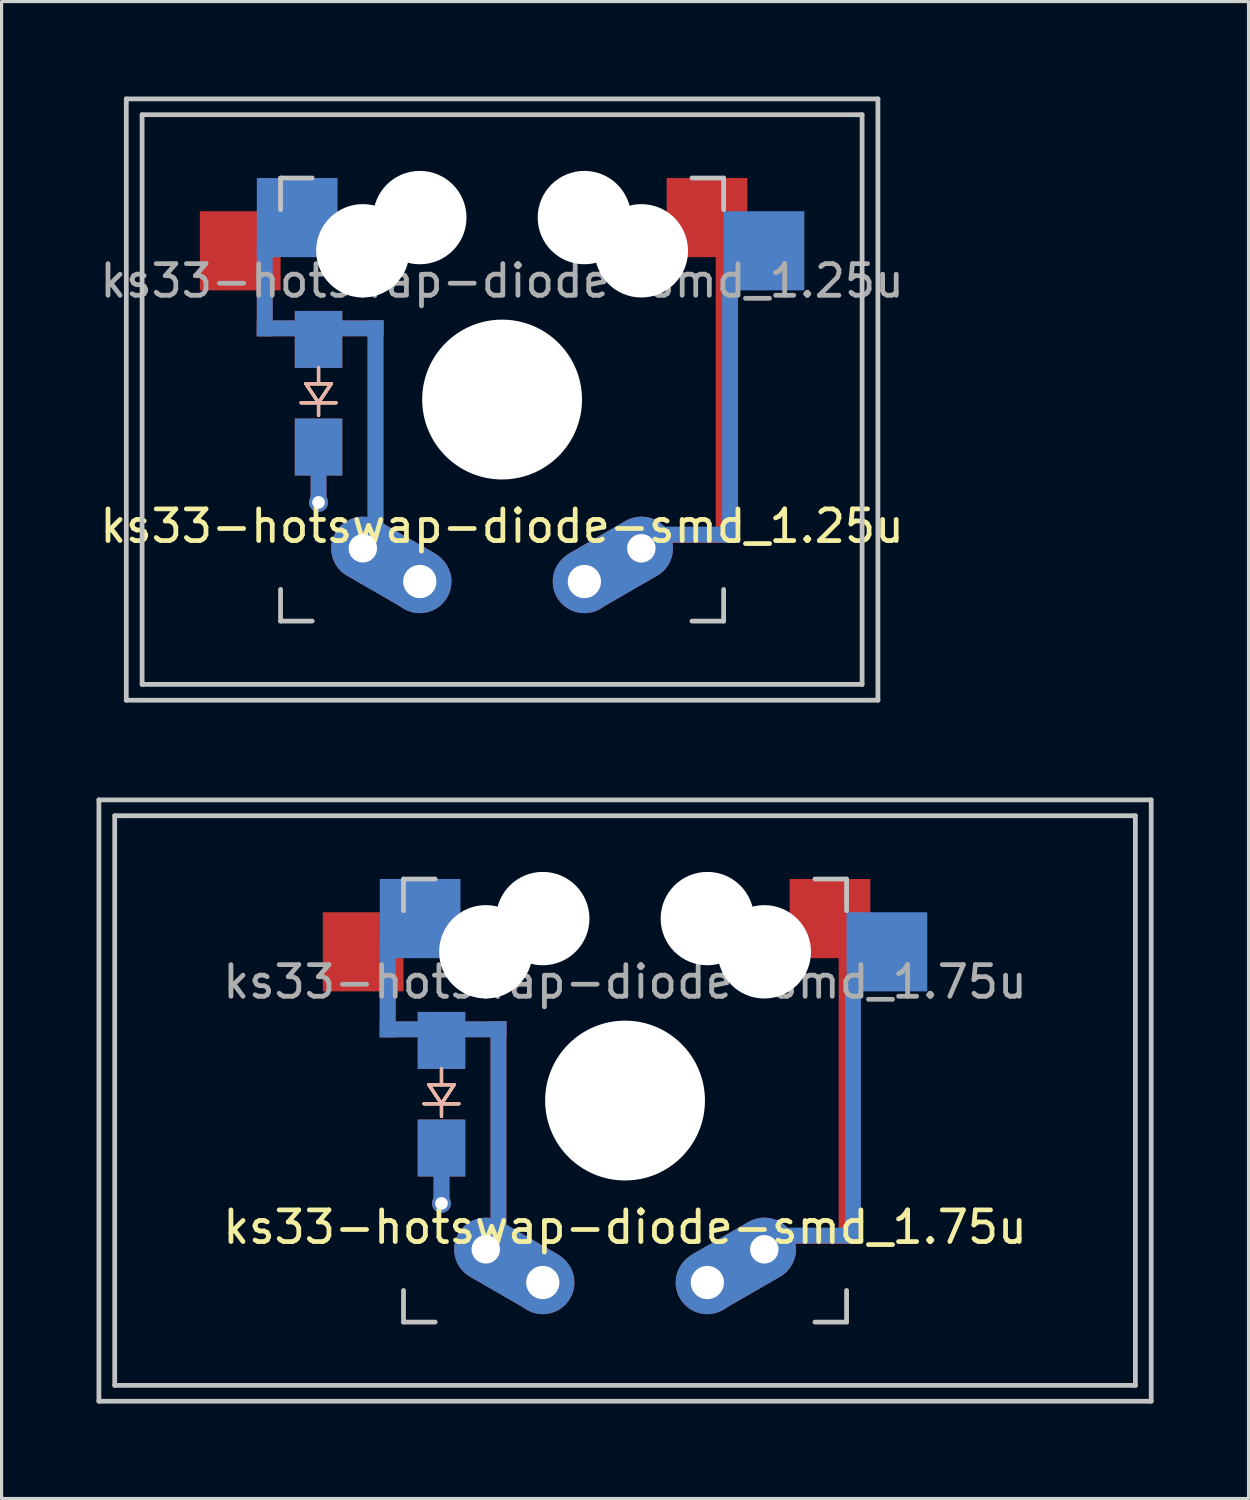
<source format=kicad_pcb>
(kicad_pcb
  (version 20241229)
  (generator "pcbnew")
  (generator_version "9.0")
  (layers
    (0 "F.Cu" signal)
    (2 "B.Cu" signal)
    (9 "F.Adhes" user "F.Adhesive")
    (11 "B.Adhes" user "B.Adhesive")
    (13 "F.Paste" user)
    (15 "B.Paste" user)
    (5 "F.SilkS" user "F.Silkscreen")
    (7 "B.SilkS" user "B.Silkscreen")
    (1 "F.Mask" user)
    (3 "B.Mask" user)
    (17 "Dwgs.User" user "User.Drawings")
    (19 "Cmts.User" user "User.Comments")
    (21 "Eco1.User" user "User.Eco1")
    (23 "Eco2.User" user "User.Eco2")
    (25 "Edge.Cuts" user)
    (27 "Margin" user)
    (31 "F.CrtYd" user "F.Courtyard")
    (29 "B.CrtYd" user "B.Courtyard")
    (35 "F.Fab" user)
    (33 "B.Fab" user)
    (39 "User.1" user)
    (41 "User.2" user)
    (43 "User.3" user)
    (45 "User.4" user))
  (footprint "ks33-hotswap-diode-smd_1.25u"
    (layer "F.Cu")
    (at 12.815 9.575)
    (property "Reference" "ks33-hotswap-diode-smd_1.25u" (at 0 4 0) (unlocked yes) (layer "F.SilkS") (effects (font (size 1 1) (thickness 0.15))))
    (attr smd)
    (fp_line (start -6.2 -0.5) (end -5.8 0.1) (stroke (width 0.1) (type solid)) (layer "F.SilkS"))
    (fp_line (start -6.2 -0.5) (end -5.8 0.1) (stroke (width 0.1) (type solid)) (layer "F.SilkS"))
    (fp_line (start -5.8 -0.5) (end -5.8 -1) (stroke (width 0.1) (type solid)) (layer "F.SilkS"))
    (fp_line (start -5.8 -0.5) (end -5.8 -1) (stroke (width 0.1) (type solid)) (layer "F.SilkS"))
    (fp_line (start -5.8 0.1) (end -6.35 0.1) (stroke (width 0.1) (type solid)) (layer "F.SilkS"))
    (fp_line (start -5.8 0.1) (end -6.35 0.1) (stroke (width 0.1) (type solid)) (layer "F.SilkS"))
    (fp_line (start -5.8 0.1) (end -5.4 -0.5) (stroke (width 0.1) (type solid)) (layer "F.SilkS"))
    (fp_line (start -5.8 0.1) (end -5.4 -0.5) (stroke (width 0.1) (type solid)) (layer "F.SilkS"))
    (fp_line (start -5.8 0.1) (end -5.25 0.1) (stroke (width 0.1) (type solid)) (layer "F.SilkS"))
    (fp_line (start -5.8 0.1) (end -5.25 0.1) (stroke (width 0.1) (type solid)) (layer "F.SilkS"))
    (fp_line (start -5.8 0.5) (end -5.8 0.1) (stroke (width 0.1) (type solid)) (layer "F.SilkS"))
    (fp_line (start -5.8 0.5) (end -5.8 0.1) (stroke (width 0.1) (type solid)) (layer "F.SilkS"))
    (fp_line (start -5.4 -0.5) (end -6.2 -0.5) (stroke (width 0.1) (type solid)) (layer "F.SilkS"))
    (fp_line (start -5.4 -0.5) (end -6.2 -0.5) (stroke (width 0.1) (type solid)) (layer "F.SilkS"))
    (fp_line (start -6.2 -0.5) (end -5.4 -0.5) (stroke (width 0.1) (type solid)) (layer "B.SilkS"))
    (fp_line (start -6.2 -0.5) (end -5.4 -0.5) (stroke (width 0.1) (type solid)) (layer "B.SilkS"))
    (fp_line (start -5.8 -0.5) (end -5.8 -1) (stroke (width 0.1) (type solid)) (layer "B.SilkS"))
    (fp_line (start -5.8 -0.5) (end -5.8 -1) (stroke (width 0.1) (type solid)) (layer "B.SilkS"))
    (fp_line (start -5.8 0.1) (end -6.35 0.1) (stroke (width 0.1) (type solid)) (layer "B.SilkS"))
    (fp_line (start -5.8 0.1) (end -6.35 0.1) (stroke (width 0.1) (type solid)) (layer "B.SilkS"))
    (fp_line (start -5.8 0.1) (end -6.2 -0.5) (stroke (width 0.1) (type solid)) (layer "B.SilkS"))
    (fp_line (start -5.8 0.1) (end -6.2 -0.5) (stroke (width 0.1) (type solid)) (layer "B.SilkS"))
    (fp_line (start -5.8 0.1) (end -5.25 0.1) (stroke (width 0.1) (type solid)) (layer "B.SilkS"))
    (fp_line (start -5.8 0.1) (end -5.25 0.1) (stroke (width 0.1) (type solid)) (layer "B.SilkS"))
    (fp_line (start -5.8 0.5) (end -5.8 0.1) (stroke (width 0.1) (type solid)) (layer "B.SilkS"))
    (fp_line (start -5.8 0.5) (end -5.8 0.1) (stroke (width 0.1) (type solid)) (layer "B.SilkS"))
    (fp_line (start -5.4 -0.5) (end -5.8 0.1) (stroke (width 0.1) (type solid)) (layer "B.SilkS"))
    (fp_line (start -5.4 -0.5) (end -5.8 0.1) (stroke (width 0.1) (type solid)) (layer "B.SilkS"))
    (fp_line (start -11.875 -9.5) (end -11.875 9.5) (stroke (width 0.15) (type solid)) (layer "Dwgs.User"))
    (fp_line (start -11.875 9.5) (end 11.875 9.5) (stroke (width 0.15) (type solid)) (layer "Dwgs.User"))
    (fp_line (start -11.375 -9) (end -11.375 9) (stroke (width 0.15) (type solid)) (layer "Dwgs.User"))
    (fp_line (start -11.375 9) (end 11.375 9) (stroke (width 0.15) (type solid)) (layer "Dwgs.User"))
    (fp_line (start -7 -7) (end -6 -7) (stroke (width 0.15) (type solid)) (layer "Dwgs.User"))
    (fp_line (start -7 -6) (end -7 -7) (stroke (width 0.15) (type solid)) (layer "Dwgs.User"))
    (fp_line (start -7 6) (end -7 7) (stroke (width 0.15) (type solid)) (layer "Dwgs.User"))
    (fp_line (start -7 7) (end -6 7) (stroke (width 0.15) (type solid)) (layer "Dwgs.User"))
    (fp_line (start 6 -7) (end 7 -7) (stroke (width 0.15) (type solid)) (layer "Dwgs.User"))
    (fp_line (start 7 -7) (end 7 -6) (stroke (width 0.15) (type solid)) (layer "Dwgs.User"))
    (fp_line (start 7 7) (end 6 7) (stroke (width 0.15) (type solid)) (layer "Dwgs.User"))
    (fp_line (start 7 7) (end 7 6) (stroke (width 0.15) (type solid)) (layer "Dwgs.User"))
    (fp_line (start 11.375 -9) (end -11.375 -9) (stroke (width 0.15) (type solid)) (layer "Dwgs.User"))
    (fp_line (start 11.375 9) (end 11.375 -9) (stroke (width 0.15) (type solid)) (layer "Dwgs.User"))
    (fp_line (start 11.875 -9.5) (end -11.875 -9.5) (stroke (width 0.15) (type solid)) (layer "Dwgs.User"))
    (fp_line (start 11.875 9.5) (end 11.875 -9.5) (stroke (width 0.15) (type solid)) (layer "Dwgs.User"))
    (fp_text user "${REFERENCE}" (at 0 -3.75 0) (unlocked yes) (layer "F.Fab") (effects (font (size 1 1) (thickness 0.15))))
    (pad "" np_thru_hole circle (at -4.4 -4.7 180) (size 2.95 2.95) (drill 2.95) (layers "*.Cu" "*.Mask"))
    (pad "" np_thru_hole circle (at -2.6 -5.75 180) (size 2.95 2.95) (drill 2.95) (layers "*.Cu" "*.Mask"))
    (pad "" np_thru_hole circle (at 0 0 180) (size 5.05 5.05) (drill 5.05) (layers "*.Cu" "*.Mask"))
    (pad "" np_thru_hole circle (at 2.6 -5.75 180) (size 2.95 2.95) (drill 2.95) (layers "*.Cu" "*.Mask"))
    (pad "" np_thru_hole circle (at 4.4 -4.7 180) (size 2.95 2.95) (drill 2.95) (layers "*.Cu" "*.Mask"))
    (pad "1" thru_hole circle (at 2.6 5.75) (size 2 2) (drill 1.05) (layers "*.Cu" "*.Mask"))
    (pad "1" thru_hole oval (at 4.4 4.7 210) (size 4 2) (drill 0.9 (offset 1 0)) (layers "*.Cu" "*.Mask"))
    (pad "1" smd rect (at 6.125 4.281 270) (size 0.5 2.25) (layers "F.Cu"))
    (pad "1" smd rect (at 6.227 4.266 180) (size 2.453 0.5) (layers "B.Cu"))
    (pad "1" smd rect (at 6.475 -5.75) (size 2.55 2.5) (layers "F.Cu" "F.Mask" "F.Paste"))
    (pad "1" smd rect (at 7 -0.209 180) (size 0.5 9.481) (layers "F.Cu"))
    (pad "1" smd rect (at 7.203 0.433 90) (size 8.166 0.5) (layers "B.Cu"))
    (pad "1" smd rect (at 8.275 -4.7) (size 2.55 2.5) (layers "B.Cu" "B.Mask" "B.Paste"))
    (pad "2" smd rect (at -5.8 1.5 270) (size 1.8 1.5) (layers "F.Cu" "F.Mask" "F.Paste"))
    (pad "2" smd rect (at -5.8 1.5 90) (size 1.8 1.5) (layers "B.Cu" "B.Mask" "B.Paste"))
    (pad "2" smd rect (at -5.8 2.75) (size 0.5 0.9) (layers "F.Cu"))
    (pad "2" smd rect (at -5.8 2.75) (size 0.5 0.9) (layers "B.Cu"))
    (pad "2" thru_hole circle (at -5.8 3.25) (size 0.6 0.6) (drill 0.4) (layers "*.Cu" "*.Mask"))
    (pad "3" smd rect (at -8.275 -4.7) (size 2.55 2.5) (layers "F.Cu" "F.Mask" "F.Paste"))
    (pad "3" smd rect (at -7.5 -3.5) (size 0.5 3) (layers "B.Cu"))
    (pad "3" smd rect (at -7.5 -3 180) (size 0.5 2) (layers "F.Cu"))
    (pad "3" smd rect (at -6.475 -5.75) (size 2.55 2.5) (layers "B.Cu" "B.Mask" "B.Paste"))
    (pad "3" smd rect (at -5.8 -1.9 270) (size 1.8 1.5) (layers "F.Cu" "F.Mask" "F.Paste"))
    (pad "3" smd rect (at -5.8 -1.9 90) (size 1.8 1.5) (layers "B.Cu" "B.Mask" "B.Paste"))
    (pad "3" smd rect (at -5.75 -2.25 90) (size 0.5 4) (layers "F.Cu"))
    (pad "3" smd rect (at -5.75 -2.25) (size 4 0.5) (layers "B.Cu"))
    (pad "3" thru_hole oval (at -4.4 4.7 330) (size 4 2) (drill 0.9 (offset 1 0)) (layers "*.Cu" "*.Mask"))
    (pad "3" smd rect (at -4 0.875 180) (size 0.5 6.75) (layers "F.Cu"))
    (pad "3" smd rect (at -4 0.875) (size 0.5 6.75) (layers "B.Cu"))
    (pad "3" thru_hole circle (at -2.6 5.75) (size 2 2) (drill 1.05) (layers "*.Cu" "*.Mask")))
  (footprint "ks33-hotswap-diode-smd_1.75u"
    (layer "F.Cu")
    (at 16.7 31.725)
    (property "Reference" "ks33-hotswap-diode-smd_1.75u" (at 0 4 0) (unlocked yes) (layer "F.SilkS") (effects (font (size 1 1) (thickness 0.15))))
    (attr smd)
    (fp_line (start -6.2 -0.5) (end -5.8 0.1) (stroke (width 0.1) (type solid)) (layer "F.SilkS"))
    (fp_line (start -6.2 -0.5) (end -5.8 0.1) (stroke (width 0.1) (type solid)) (layer "F.SilkS"))
    (fp_line (start -5.8 -0.5) (end -5.8 -1) (stroke (width 0.1) (type solid)) (layer "F.SilkS"))
    (fp_line (start -5.8 -0.5) (end -5.8 -1) (stroke (width 0.1) (type solid)) (layer "F.SilkS"))
    (fp_line (start -5.8 0.1) (end -6.35 0.1) (stroke (width 0.1) (type solid)) (layer "F.SilkS"))
    (fp_line (start -5.8 0.1) (end -6.35 0.1) (stroke (width 0.1) (type solid)) (layer "F.SilkS"))
    (fp_line (start -5.8 0.1) (end -5.4 -0.5) (stroke (width 0.1) (type solid)) (layer "F.SilkS"))
    (fp_line (start -5.8 0.1) (end -5.4 -0.5) (stroke (width 0.1) (type solid)) (layer "F.SilkS"))
    (fp_line (start -5.8 0.1) (end -5.25 0.1) (stroke (width 0.1) (type solid)) (layer "F.SilkS"))
    (fp_line (start -5.8 0.1) (end -5.25 0.1) (stroke (width 0.1) (type solid)) (layer "F.SilkS"))
    (fp_line (start -5.8 0.5) (end -5.8 0.1) (stroke (width 0.1) (type solid)) (layer "F.SilkS"))
    (fp_line (start -5.8 0.5) (end -5.8 0.1) (stroke (width 0.1) (type solid)) (layer "F.SilkS"))
    (fp_line (start -5.4 -0.5) (end -6.2 -0.5) (stroke (width 0.1) (type solid)) (layer "F.SilkS"))
    (fp_line (start -5.4 -0.5) (end -6.2 -0.5) (stroke (width 0.1) (type solid)) (layer "F.SilkS"))
    (fp_line (start -6.2 -0.5) (end -5.4 -0.5) (stroke (width 0.1) (type solid)) (layer "B.SilkS"))
    (fp_line (start -6.2 -0.5) (end -5.4 -0.5) (stroke (width 0.1) (type solid)) (layer "B.SilkS"))
    (fp_line (start -5.8 -0.5) (end -5.8 -1) (stroke (width 0.1) (type solid)) (layer "B.SilkS"))
    (fp_line (start -5.8 -0.5) (end -5.8 -1) (stroke (width 0.1) (type solid)) (layer "B.SilkS"))
    (fp_line (start -5.8 0.1) (end -6.35 0.1) (stroke (width 0.1) (type solid)) (layer "B.SilkS"))
    (fp_line (start -5.8 0.1) (end -6.35 0.1) (stroke (width 0.1) (type solid)) (layer "B.SilkS"))
    (fp_line (start -5.8 0.1) (end -6.2 -0.5) (stroke (width 0.1) (type solid)) (layer "B.SilkS"))
    (fp_line (start -5.8 0.1) (end -6.2 -0.5) (stroke (width 0.1) (type solid)) (layer "B.SilkS"))
    (fp_line (start -5.8 0.1) (end -5.25 0.1) (stroke (width 0.1) (type solid)) (layer "B.SilkS"))
    (fp_line (start -5.8 0.1) (end -5.25 0.1) (stroke (width 0.1) (type solid)) (layer "B.SilkS"))
    (fp_line (start -5.8 0.5) (end -5.8 0.1) (stroke (width 0.1) (type solid)) (layer "B.SilkS"))
    (fp_line (start -5.8 0.5) (end -5.8 0.1) (stroke (width 0.1) (type solid)) (layer "B.SilkS"))
    (fp_line (start -5.4 -0.5) (end -5.8 0.1) (stroke (width 0.1) (type solid)) (layer "B.SilkS"))
    (fp_line (start -5.4 -0.5) (end -5.8 0.1) (stroke (width 0.1) (type solid)) (layer "B.SilkS"))
    (fp_line (start -16.625 -9.5) (end -16.625 9.5) (stroke (width 0.15) (type solid)) (layer "Dwgs.User"))
    (fp_line (start -16.625 9.5) (end 16.625 9.5) (stroke (width 0.15) (type solid)) (layer "Dwgs.User"))
    (fp_line (start -16.125 -9) (end -16.125 9) (stroke (width 0.15) (type solid)) (layer "Dwgs.User"))
    (fp_line (start -16.125 9) (end 16.125 9) (stroke (width 0.15) (type solid)) (layer "Dwgs.User"))
    (fp_line (start -7 -7) (end -6 -7) (stroke (width 0.15) (type solid)) (layer "Dwgs.User"))
    (fp_line (start -7 -6) (end -7 -7) (stroke (width 0.15) (type solid)) (layer "Dwgs.User"))
    (fp_line (start -7 6) (end -7 7) (stroke (width 0.15) (type solid)) (layer "Dwgs.User"))
    (fp_line (start -7 7) (end -6 7) (stroke (width 0.15) (type solid)) (layer "Dwgs.User"))
    (fp_line (start 6 -7) (end 7 -7) (stroke (width 0.15) (type solid)) (layer "Dwgs.User"))
    (fp_line (start 7 -7) (end 7 -6) (stroke (width 0.15) (type solid)) (layer "Dwgs.User"))
    (fp_line (start 7 7) (end 6 7) (stroke (width 0.15) (type solid)) (layer "Dwgs.User"))
    (fp_line (start 7 7) (end 7 6) (stroke (width 0.15) (type solid)) (layer "Dwgs.User"))
    (fp_line (start 16.125 -9) (end -16.125 -9) (stroke (width 0.15) (type solid)) (layer "Dwgs.User"))
    (fp_line (start 16.125 9) (end 16.125 -9) (stroke (width 0.15) (type solid)) (layer "Dwgs.User"))
    (fp_line (start 16.625 -9.5) (end -16.625 -9.5) (stroke (width 0.15) (type solid)) (layer "Dwgs.User"))
    (fp_line (start 16.625 9.5) (end 16.625 -9.5) (stroke (width 0.15) (type solid)) (layer "Dwgs.User"))
    (fp_text user "${REFERENCE}" (at 0 -3.75 0) (unlocked yes) (layer "F.Fab") (effects (font (size 1 1) (thickness 0.15))))
    (pad "" np_thru_hole circle (at -4.4 -4.7 180) (size 2.95 2.95) (drill 2.95) (layers "*.Cu" "*.Mask"))
    (pad "" np_thru_hole circle (at -2.6 -5.75 180) (size 2.95 2.95) (drill 2.95) (layers "*.Cu" "*.Mask"))
    (pad "" np_thru_hole circle (at 0 0 180) (size 5.05 5.05) (drill 5.05) (layers "*.Cu" "*.Mask"))
    (pad "" np_thru_hole circle (at 2.6 -5.75 180) (size 2.95 2.95) (drill 2.95) (layers "*.Cu" "*.Mask"))
    (pad "" np_thru_hole circle (at 4.4 -4.7 180) (size 2.95 2.95) (drill 2.95) (layers "*.Cu" "*.Mask"))
    (pad "1" thru_hole circle (at 2.6 5.75) (size 2 2) (drill 1.05) (layers "*.Cu" "*.Mask"))
    (pad "1" thru_hole oval (at 4.4 4.7 210) (size 4 2) (drill 0.9 (offset 1 0)) (layers "*.Cu" "*.Mask"))
    (pad "1" smd rect (at 6.125 4.281 270) (size 0.5 2.25) (layers "F.Cu"))
    (pad "1" smd rect (at 6.227 4.266 180) (size 2.453 0.5) (layers "B.Cu"))
    (pad "1" smd rect (at 6.475 -5.75) (size 2.55 2.5) (layers "F.Cu" "F.Mask" "F.Paste"))
    (pad "1" smd rect (at 7 -0.209 180) (size 0.5 9.481) (layers "F.Cu"))
    (pad "1" smd rect (at 7.203 0.433 90) (size 8.166 0.5) (layers "B.Cu"))
    (pad "1" smd rect (at 8.275 -4.7) (size 2.55 2.5) (layers "B.Cu" "B.Mask" "B.Paste"))
    (pad "2" smd rect (at -5.8 1.5 270) (size 1.8 1.5) (layers "F.Cu" "F.Mask" "F.Paste"))
    (pad "2" smd rect (at -5.8 1.5 90) (size 1.8 1.5) (layers "B.Cu" "B.Mask" "B.Paste"))
    (pad "2" smd rect (at -5.8 2.75) (size 0.5 0.9) (layers "F.Cu"))
    (pad "2" smd rect (at -5.8 2.75) (size 0.5 0.9) (layers "B.Cu"))
    (pad "2" thru_hole circle (at -5.8 3.25) (size 0.6 0.6) (drill 0.4) (layers "*.Cu" "*.Mask"))
    (pad "3" smd rect (at -8.275 -4.7) (size 2.55 2.5) (layers "F.Cu" "F.Mask" "F.Paste"))
    (pad "3" smd rect (at -7.5 -3.5) (size 0.5 3) (layers "B.Cu"))
    (pad "3" smd rect (at -7.5 -3 180) (size 0.5 2) (layers "F.Cu"))
    (pad "3" smd rect (at -6.475 -5.75) (size 2.55 2.5) (layers "B.Cu" "B.Mask" "B.Paste"))
    (pad "3" smd rect (at -5.8 -1.9 270) (size 1.8 1.5) (layers "F.Cu" "F.Mask" "F.Paste"))
    (pad "3" smd rect (at -5.8 -1.9 90) (size 1.8 1.5) (layers "B.Cu" "B.Mask" "B.Paste"))
    (pad "3" smd rect (at -5.75 -2.25 90) (size 0.5 4) (layers "F.Cu"))
    (pad "3" smd rect (at -5.75 -2.25) (size 4 0.5) (layers "B.Cu"))
    (pad "3" thru_hole oval (at -4.4 4.7 330) (size 4 2) (drill 0.9 (offset 1 0)) (layers "*.Cu" "*.Mask"))
    (pad "3" smd rect (at -4 0.875 180) (size 0.5 6.75) (layers "F.Cu"))
    (pad "3" smd rect (at -4 0.875) (size 0.5 6.75) (layers "B.Cu"))
    (pad "3" thru_hole circle (at -2.6 5.75) (size 2 2) (drill 1.05) (layers "*.Cu" "*.Mask")))
  (gr_rect
    (start -3 -3)
    (end 36.4 44.3)
    (stroke (width 0.1) (type default))
    (fill no)
    (layer "Edge.Cuts")))
</source>
